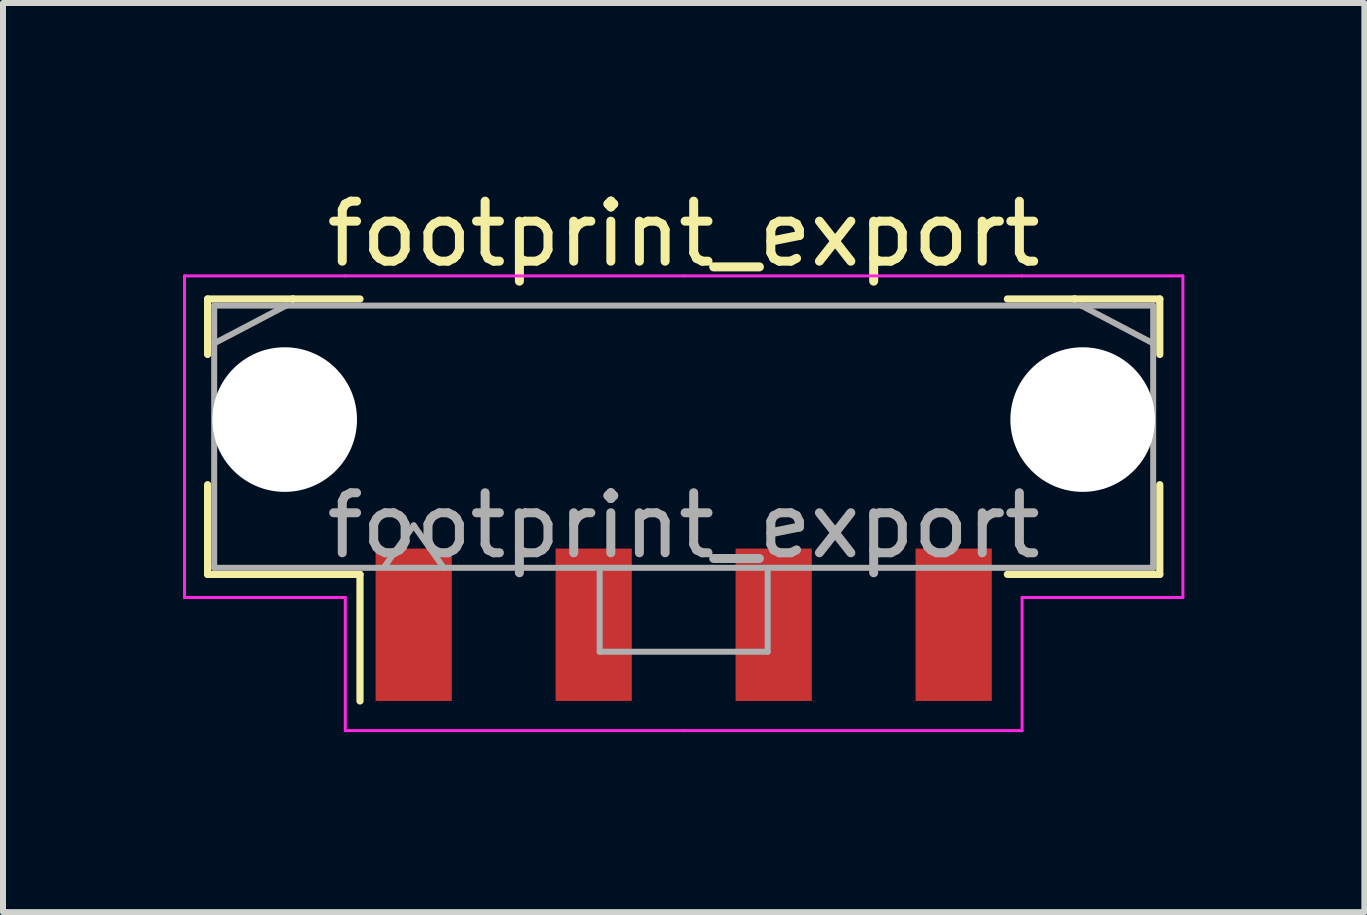
<source format=kicad_pcb>
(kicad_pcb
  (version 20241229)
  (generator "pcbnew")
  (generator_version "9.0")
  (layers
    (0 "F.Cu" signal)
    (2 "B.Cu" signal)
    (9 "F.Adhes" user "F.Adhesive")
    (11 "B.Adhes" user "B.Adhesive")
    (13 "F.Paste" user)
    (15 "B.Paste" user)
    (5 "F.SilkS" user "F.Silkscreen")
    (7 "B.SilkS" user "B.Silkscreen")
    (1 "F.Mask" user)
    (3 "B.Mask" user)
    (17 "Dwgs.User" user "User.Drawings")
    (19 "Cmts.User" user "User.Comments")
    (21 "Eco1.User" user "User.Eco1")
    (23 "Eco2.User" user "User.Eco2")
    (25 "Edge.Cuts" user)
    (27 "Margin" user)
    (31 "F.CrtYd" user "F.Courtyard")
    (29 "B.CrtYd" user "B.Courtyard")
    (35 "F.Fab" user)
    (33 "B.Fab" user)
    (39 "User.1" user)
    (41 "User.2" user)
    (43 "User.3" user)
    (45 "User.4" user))
  (footprint "footprint_export"
    (layer "F.Cu")
    (at 8.345 4.228)
    (property "Reference" "footprint_export" (at 0 -3.38 0) (layer "F.SilkS") (effects (font (size 1 1) (thickness 0.15))))
    (attr smd)
    (fp_line (start -7.935 -2.295) (end -6.515 -2.295) (stroke (width 0.12) (type solid)) (layer "F.SilkS"))
    (fp_line (start -7.935 -1.37) (end -7.935 -2.295) (stroke (width 0.12) (type solid)) (layer "F.SilkS"))
    (fp_line (start -7.935 0.8) (end -7.935 2.295) (stroke (width 0.12) (type solid)) (layer "F.SilkS"))
    (fp_line (start -7.935 2.295) (end -5.395 2.295) (stroke (width 0.12) (type solid)) (layer "F.SilkS"))
    (fp_line (start -6.515 -2.295) (end -6.515 -2.295) (stroke (width 0.12) (type solid)) (layer "F.SilkS"))
    (fp_line (start -6.515 -2.295) (end -5.395 -2.295) (stroke (width 0.12) (type solid)) (layer "F.SilkS"))
    (fp_line (start -5.395 2.295) (end -5.395 4.405) (stroke (width 0.12) (type solid)) (layer "F.SilkS"))
    (fp_line (start 6.515 -2.295) (end 5.395 -2.295) (stroke (width 0.12) (type solid)) (layer "F.SilkS"))
    (fp_line (start 6.515 -2.295) (end 6.515 -2.295) (stroke (width 0.12) (type solid)) (layer "F.SilkS"))
    (fp_line (start 7.935 -2.295) (end 6.515 -2.295) (stroke (width 0.12) (type solid)) (layer "F.SilkS"))
    (fp_line (start 7.935 -1.37) (end 7.935 -2.295) (stroke (width 0.12) (type solid)) (layer "F.SilkS"))
    (fp_line (start 7.935 0.8) (end 7.935 2.295) (stroke (width 0.12) (type solid)) (layer "F.SilkS"))
    (fp_line (start 7.935 2.295) (end 5.395 2.295) (stroke (width 0.12) (type solid)) (layer "F.SilkS"))
    (fp_line (start -8.32 -2.68) (end -8.32 2.68) (stroke (width 0.05) (type solid)) (layer "F.CrtYd"))
    (fp_line (start -8.32 2.68) (end -5.64 2.68) (stroke (width 0.05) (type solid)) (layer "F.CrtYd"))
    (fp_line (start -5.64 -2.68) (end -8.32 -2.68) (stroke (width 0.05) (type solid)) (layer "F.CrtYd"))
    (fp_line (start -5.64 2.68) (end -5.64 4.9) (stroke (width 0.05) (type solid)) (layer "F.CrtYd"))
    (fp_line (start -5.64 4.9) (end 0 4.9) (stroke (width 0.05) (type solid)) (layer "F.CrtYd"))
    (fp_line (start 0 -2.68) (end -5.64 -2.68) (stroke (width 0.05) (type solid)) (layer "F.CrtYd"))
    (fp_line (start 0 -2.68) (end 5.64 -2.68) (stroke (width 0.05) (type solid)) (layer "F.CrtYd"))
    (fp_line (start 5.64 -2.68) (end 8.32 -2.68) (stroke (width 0.05) (type solid)) (layer "F.CrtYd"))
    (fp_line (start 5.64 2.68) (end 5.64 4.9) (stroke (width 0.05) (type solid)) (layer "F.CrtYd"))
    (fp_line (start 5.64 4.9) (end 0 4.9) (stroke (width 0.05) (type solid)) (layer "F.CrtYd"))
    (fp_line (start 8.32 -2.68) (end 8.32 2.68) (stroke (width 0.05) (type solid)) (layer "F.CrtYd"))
    (fp_line (start 8.32 2.68) (end 5.64 2.68) (stroke (width 0.05) (type solid)) (layer "F.CrtYd"))
    (fp_line (start -7.825 -2.185) (end -7.825 2.185) (stroke (width 0.1) (type solid)) (layer "F.Fab"))
    (fp_line (start -7.825 -1.555) (end -6.625 -2.185) (stroke (width 0.1) (type solid)) (layer "F.Fab"))
    (fp_line (start -7.825 2.185) (end 7.825 2.185) (stroke (width 0.1) (type solid)) (layer "F.Fab"))
    (fp_line (start -6.625 -2.185) (end -7.825 -2.185) (stroke (width 0.1) (type solid)) (layer "F.Fab"))
    (fp_line (start -6.625 -2.185) (end -6.625 -2.185) (stroke (width 0.1) (type solid)) (layer "F.Fab"))
    (fp_line (start -5 2.185) (end -4.5 1.478) (stroke (width 0.1) (type solid)) (layer "F.Fab"))
    (fp_line (start -4.5 1.478) (end -4 2.185) (stroke (width 0.1) (type solid)) (layer "F.Fab"))
    (fp_line (start -1.4 2.185) (end -1.4 3.585) (stroke (width 0.1) (type solid)) (layer "F.Fab"))
    (fp_line (start -1.4 3.585) (end 1.4 3.585) (stroke (width 0.1) (type solid)) (layer "F.Fab"))
    (fp_line (start 1.4 3.585) (end 1.4 2.185) (stroke (width 0.1) (type solid)) (layer "F.Fab"))
    (fp_line (start 6.625 -2.185) (end -6.625 -2.185) (stroke (width 0.1) (type solid)) (layer "F.Fab"))
    (fp_line (start 6.625 -2.185) (end 6.625 -2.185) (stroke (width 0.1) (type solid)) (layer "F.Fab"))
    (fp_line (start 7.825 -2.185) (end 6.625 -2.185) (stroke (width 0.1) (type solid)) (layer "F.Fab"))
    (fp_line (start 7.825 -1.555) (end 6.625 -2.185) (stroke (width 0.1) (type solid)) (layer "F.Fab"))
    (fp_line (start 7.825 2.185) (end 7.825 -2.185) (stroke (width 0.1) (type solid)) (layer "F.Fab"))
    (fp_text user "${REFERENCE}" (at 0 1.48 0) (layer "F.Fab") (effects (font (size 1 1) (thickness 0.15))))
    (pad "" np_thru_hole circle (at -6.65 -0.285) (size 2.41 2.41) (drill 2.41) (layers "*.Cu" "*.Mask"))
    (pad "" np_thru_hole circle (at 6.65 -0.285) (size 2.41 2.41) (drill 2.41) (layers "*.Cu" "*.Mask"))
    (pad "1" smd rect (at -4.5 3.135) (size 1.27 2.54) (layers "F.Cu" "F.Mask" "F.Paste"))
    (pad "2" smd rect (at -1.5 3.135) (size 1.27 2.54) (layers "F.Cu" "F.Mask" "F.Paste"))
    (pad "3" smd rect (at 1.5 3.135) (size 1.27 2.54) (layers "F.Cu" "F.Mask" "F.Paste"))
    (pad "4" smd rect (at 4.5 3.135) (size 1.27 2.54) (layers "F.Cu" "F.Mask" "F.Paste")))
  (gr_rect
    (start -3 -3)
    (end 19.69 12.153)
    (stroke (width 0.1) (type default))
    (fill no)
    (layer "Edge.Cuts")))
</source>
